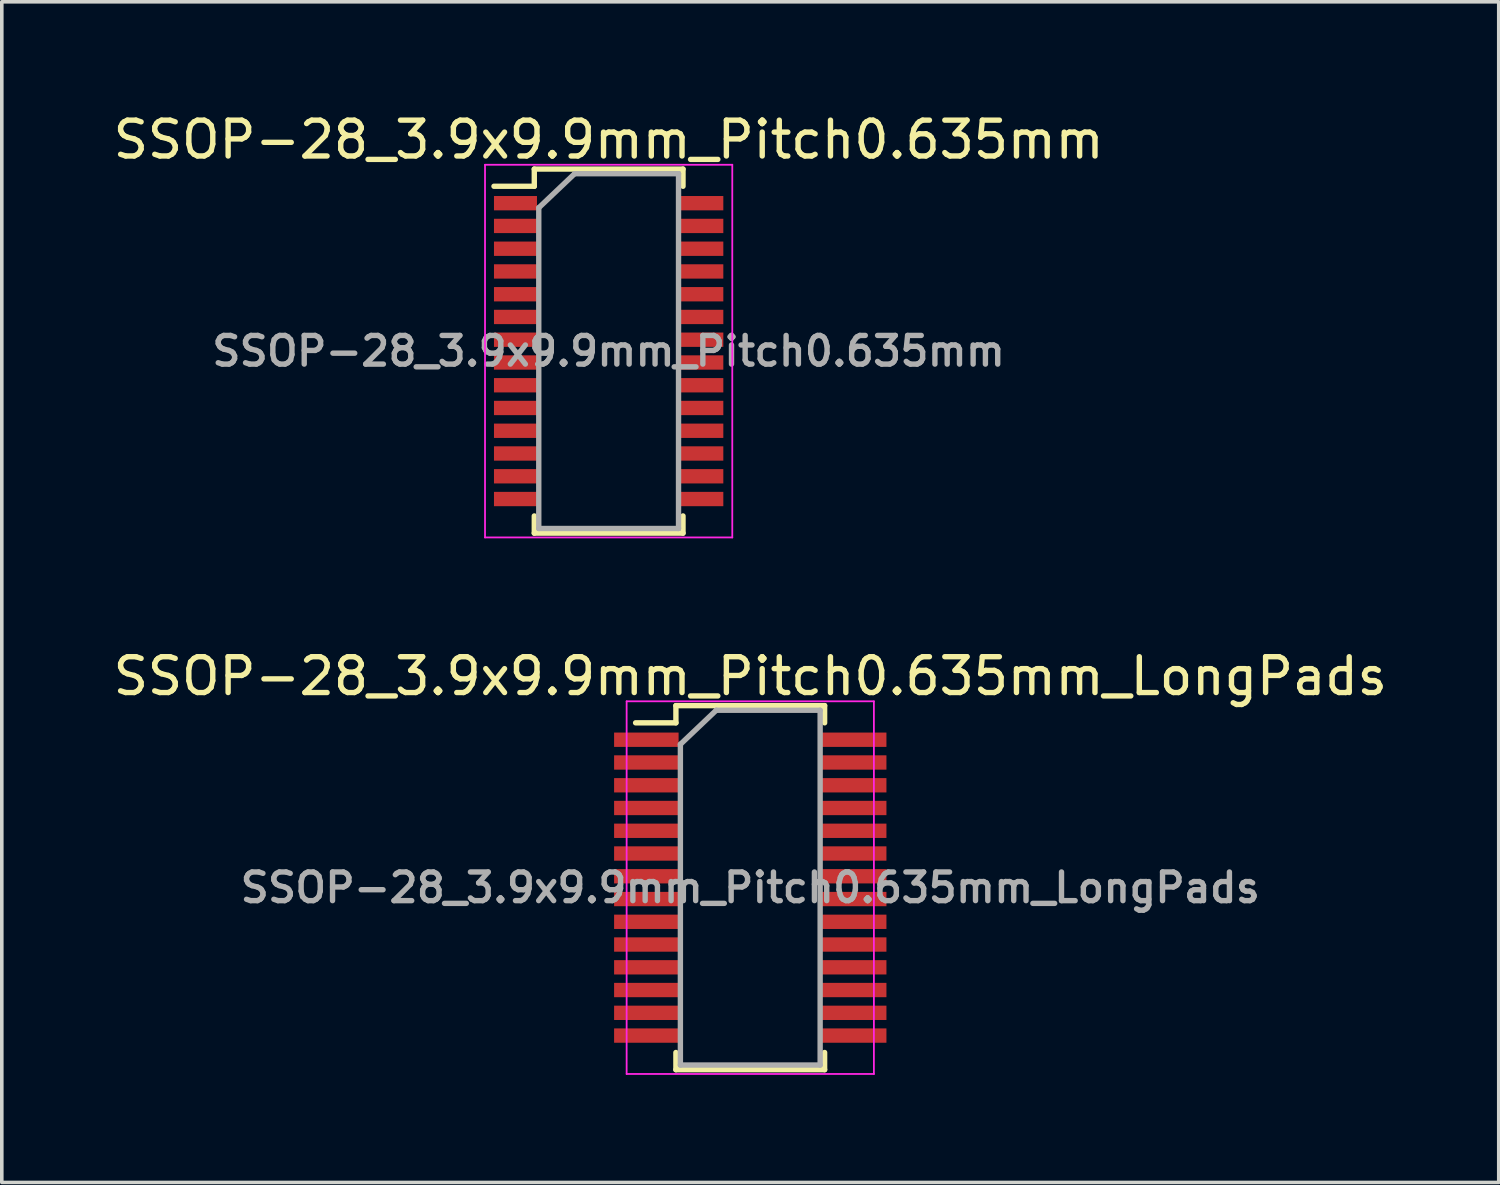
<source format=kicad_pcb>
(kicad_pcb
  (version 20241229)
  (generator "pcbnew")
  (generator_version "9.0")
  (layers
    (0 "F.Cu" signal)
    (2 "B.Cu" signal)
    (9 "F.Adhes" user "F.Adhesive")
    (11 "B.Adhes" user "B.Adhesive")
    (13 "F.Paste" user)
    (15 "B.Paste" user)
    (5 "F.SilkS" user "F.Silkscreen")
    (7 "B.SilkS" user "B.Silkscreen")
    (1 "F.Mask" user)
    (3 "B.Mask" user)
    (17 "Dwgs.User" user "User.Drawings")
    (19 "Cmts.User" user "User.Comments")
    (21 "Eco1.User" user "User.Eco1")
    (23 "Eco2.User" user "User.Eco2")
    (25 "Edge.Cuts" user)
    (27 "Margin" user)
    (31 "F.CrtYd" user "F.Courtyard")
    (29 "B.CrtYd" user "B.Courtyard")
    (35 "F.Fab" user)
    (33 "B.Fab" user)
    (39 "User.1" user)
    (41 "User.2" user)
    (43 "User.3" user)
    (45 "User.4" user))
  (footprint "SSOP-28_3.9x9.9mm_Pitch0.635mm"
    (layer "F.Cu")
    (at 13.935 6.748)
    (property "Reference" "SSOP-28_3.9x9.9mm_Pitch0.635mm" (at 0 -5.9 0) (layer "F.SilkS") (effects (font (size 1 1) (thickness 0.15))))
    (attr smd)
    (fp_line (start -2.075 -5.08) (end -2.075 -4.6) (stroke (width 0.15) (type solid)) (layer "F.SilkS"))
    (fp_line (start -2.075 -5.08) (end 2.075 -5.08) (stroke (width 0.15) (type solid)) (layer "F.SilkS"))
    (fp_line (start -2.075 -4.6) (end -3.2 -4.6) (stroke (width 0.15) (type solid)) (layer "F.SilkS"))
    (fp_line (start -2.075 5.08) (end -2.075 4.6) (stroke (width 0.15) (type solid)) (layer "F.SilkS"))
    (fp_line (start -2.075 5.08) (end 2.075 5.08) (stroke (width 0.15) (type solid)) (layer "F.SilkS"))
    (fp_line (start 2.075 -5.08) (end 2.075 -4.6) (stroke (width 0.15) (type solid)) (layer "F.SilkS"))
    (fp_line (start 2.075 5.08) (end 2.075 4.6) (stroke (width 0.15) (type solid)) (layer "F.SilkS"))
    (fp_line (start -3.45 -5.2) (end -3.45 5.2) (stroke (width 0.05) (type solid)) (layer "F.CrtYd"))
    (fp_line (start -3.45 -5.2) (end 3.45 -5.2) (stroke (width 0.05) (type solid)) (layer "F.CrtYd"))
    (fp_line (start -3.45 5.2) (end 3.45 5.2) (stroke (width 0.05) (type solid)) (layer "F.CrtYd"))
    (fp_line (start 3.45 -5.2) (end 3.45 5.2) (stroke (width 0.05) (type solid)) (layer "F.CrtYd"))
    (fp_line (start -1.95 -4) (end -0.95 -4.95) (stroke (width 0.15) (type solid)) (layer "F.Fab"))
    (fp_line (start -1.95 4.95) (end -1.95 -4) (stroke (width 0.15) (type solid)) (layer "F.Fab"))
    (fp_line (start -0.95 -4.95) (end 1.95 -4.95) (stroke (width 0.15) (type solid)) (layer "F.Fab"))
    (fp_line (start 1.95 -4.95) (end 1.95 4.95) (stroke (width 0.15) (type solid)) (layer "F.Fab"))
    (fp_line (start 1.95 4.95) (end -1.95 4.95) (stroke (width 0.15) (type solid)) (layer "F.Fab"))
    (fp_text user "${REFERENCE}" (at 0 0 0) (layer "F.Fab") (effects (font (size 0.8 0.8) (thickness 0.15))))
    (pad "1" smd rect (at -2.6 -4.128) (size 1.2 0.4) (layers "F.Cu" "F.Mask" "F.Paste"))
    (pad "2" smd rect (at -2.6 -3.493) (size 1.2 0.4) (layers "F.Cu" "F.Mask" "F.Paste"))
    (pad "3" smd rect (at -2.6 -2.857) (size 1.2 0.4) (layers "F.Cu" "F.Mask" "F.Paste"))
    (pad "4" smd rect (at -2.6 -2.223) (size 1.2 0.4) (layers "F.Cu" "F.Mask" "F.Paste"))
    (pad "5" smd rect (at -2.6 -1.587) (size 1.2 0.4) (layers "F.Cu" "F.Mask" "F.Paste"))
    (pad "6" smd rect (at -2.6 -0.953) (size 1.2 0.4) (layers "F.Cu" "F.Mask" "F.Paste"))
    (pad "7" smd rect (at -2.6 -0.318) (size 1.2 0.4) (layers "F.Cu" "F.Mask" "F.Paste"))
    (pad "8" smd rect (at -2.6 0.318) (size 1.2 0.4) (layers "F.Cu" "F.Mask" "F.Paste"))
    (pad "9" smd rect (at -2.6 0.953) (size 1.2 0.4) (layers "F.Cu" "F.Mask" "F.Paste"))
    (pad "10" smd rect (at -2.6 1.587) (size 1.2 0.4) (layers "F.Cu" "F.Mask" "F.Paste"))
    (pad "11" smd rect (at -2.6 2.223) (size 1.2 0.4) (layers "F.Cu" "F.Mask" "F.Paste"))
    (pad "12" smd rect (at -2.6 2.857) (size 1.2 0.4) (layers "F.Cu" "F.Mask" "F.Paste"))
    (pad "13" smd rect (at -2.6 3.493) (size 1.2 0.4) (layers "F.Cu" "F.Mask" "F.Paste"))
    (pad "14" smd rect (at -2.6 4.128) (size 1.2 0.4) (layers "F.Cu" "F.Mask" "F.Paste"))
    (pad "15" smd rect (at 2.6 4.128) (size 1.2 0.4) (layers "F.Cu" "F.Mask" "F.Paste"))
    (pad "16" smd rect (at 2.6 3.493) (size 1.2 0.4) (layers "F.Cu" "F.Mask" "F.Paste"))
    (pad "17" smd rect (at 2.6 2.857) (size 1.2 0.4) (layers "F.Cu" "F.Mask" "F.Paste"))
    (pad "18" smd rect (at 2.6 2.223) (size 1.2 0.4) (layers "F.Cu" "F.Mask" "F.Paste"))
    (pad "19" smd rect (at 2.6 1.587) (size 1.2 0.4) (layers "F.Cu" "F.Mask" "F.Paste"))
    (pad "20" smd rect (at 2.6 0.953) (size 1.2 0.4) (layers "F.Cu" "F.Mask" "F.Paste"))
    (pad "21" smd rect (at 2.6 0.318) (size 1.2 0.4) (layers "F.Cu" "F.Mask" "F.Paste"))
    (pad "22" smd rect (at 2.6 -0.318) (size 1.2 0.4) (layers "F.Cu" "F.Mask" "F.Paste"))
    (pad "23" smd rect (at 2.6 -0.953) (size 1.2 0.4) (layers "F.Cu" "F.Mask" "F.Paste"))
    (pad "24" smd rect (at 2.6 -1.587) (size 1.2 0.4) (layers "F.Cu" "F.Mask" "F.Paste"))
    (pad "25" smd rect (at 2.6 -2.223) (size 1.2 0.4) (layers "F.Cu" "F.Mask" "F.Paste"))
    (pad "26" smd rect (at 2.6 -2.857) (size 1.2 0.4) (layers "F.Cu" "F.Mask" "F.Paste"))
    (pad "27" smd rect (at 2.6 -3.493) (size 1.2 0.4) (layers "F.Cu" "F.Mask" "F.Paste"))
    (pad "28" smd rect (at 2.6 -4.128) (size 1.2 0.4) (layers "F.Cu" "F.Mask" "F.Paste")))
  (footprint "SSOP-28_3.9x9.9mm_Pitch0.635mm_LongPads"
    (layer "F.Cu")
    (at 17.887 21.721)
    (property "Reference" "SSOP-28_3.9x9.9mm_Pitch0.635mm_LongPads" (at 0 -5.9 0) (layer "F.SilkS") (effects (font (size 1 1) (thickness 0.15))))
    (attr smd)
    (fp_line (start -2.075 -5.08) (end -2.075 -4.6) (stroke (width 0.15) (type solid)) (layer "F.SilkS"))
    (fp_line (start -2.075 -5.08) (end 2.075 -5.08) (stroke (width 0.15) (type solid)) (layer "F.SilkS"))
    (fp_line (start -2.075 -4.6) (end -3.2 -4.6) (stroke (width 0.15) (type solid)) (layer "F.SilkS"))
    (fp_line (start -2.075 5.08) (end -2.075 4.6) (stroke (width 0.15) (type solid)) (layer "F.SilkS"))
    (fp_line (start -2.075 5.08) (end 2.075 5.08) (stroke (width 0.15) (type solid)) (layer "F.SilkS"))
    (fp_line (start 2.075 -5.08) (end 2.075 -4.6) (stroke (width 0.15) (type solid)) (layer "F.SilkS"))
    (fp_line (start 2.075 5.08) (end 2.075 4.6) (stroke (width 0.15) (type solid)) (layer "F.SilkS"))
    (fp_line (start -3.45 -5.2) (end -3.45 5.2) (stroke (width 0.05) (type solid)) (layer "F.CrtYd"))
    (fp_line (start -3.45 -5.2) (end 3.45 -5.2) (stroke (width 0.05) (type solid)) (layer "F.CrtYd"))
    (fp_line (start -3.45 5.2) (end 3.45 5.2) (stroke (width 0.05) (type solid)) (layer "F.CrtYd"))
    (fp_line (start 3.45 -5.2) (end 3.45 5.2) (stroke (width 0.05) (type solid)) (layer "F.CrtYd"))
    (fp_line (start -1.95 -4) (end -0.95 -4.95) (stroke (width 0.15) (type solid)) (layer "F.Fab"))
    (fp_line (start -1.95 4.95) (end -1.95 -4) (stroke (width 0.15) (type solid)) (layer "F.Fab"))
    (fp_line (start -0.95 -4.95) (end 1.95 -4.95) (stroke (width 0.15) (type solid)) (layer "F.Fab"))
    (fp_line (start 1.95 -4.95) (end 1.95 4.95) (stroke (width 0.15) (type solid)) (layer "F.Fab"))
    (fp_line (start 1.95 4.95) (end -1.95 4.95) (stroke (width 0.15) (type solid)) (layer "F.Fab"))
    (fp_text user "${REFERENCE}" (at 0 0 0) (layer "F.Fab") (effects (font (size 0.8 0.8) (thickness 0.15))))
    (pad "1" smd rect (at -2.9 -4.128) (size 1.8 0.4) (layers "F.Cu" "F.Mask" "F.Paste"))
    (pad "2" smd rect (at -2.9 -3.493) (size 1.8 0.4) (layers "F.Cu" "F.Mask" "F.Paste"))
    (pad "3" smd rect (at -2.9 -2.857) (size 1.8 0.4) (layers "F.Cu" "F.Mask" "F.Paste"))
    (pad "4" smd rect (at -2.9 -2.223) (size 1.8 0.4) (layers "F.Cu" "F.Mask" "F.Paste"))
    (pad "5" smd rect (at -2.9 -1.587) (size 1.8 0.4) (layers "F.Cu" "F.Mask" "F.Paste"))
    (pad "6" smd rect (at -2.9 -0.953) (size 1.8 0.4) (layers "F.Cu" "F.Mask" "F.Paste"))
    (pad "7" smd rect (at -2.9 -0.318) (size 1.8 0.4) (layers "F.Cu" "F.Mask" "F.Paste"))
    (pad "8" smd rect (at -2.9 0.318) (size 1.8 0.4) (layers "F.Cu" "F.Mask" "F.Paste"))
    (pad "9" smd rect (at -2.9 0.953) (size 1.8 0.4) (layers "F.Cu" "F.Mask" "F.Paste"))
    (pad "10" smd rect (at -2.9 1.587) (size 1.8 0.4) (layers "F.Cu" "F.Mask" "F.Paste"))
    (pad "11" smd rect (at -2.9 2.223) (size 1.8 0.4) (layers "F.Cu" "F.Mask" "F.Paste"))
    (pad "12" smd rect (at -2.9 2.857) (size 1.8 0.4) (layers "F.Cu" "F.Mask" "F.Paste"))
    (pad "13" smd rect (at -2.9 3.493) (size 1.8 0.4) (layers "F.Cu" "F.Mask" "F.Paste"))
    (pad "14" smd rect (at -2.9 4.128) (size 1.8 0.4) (layers "F.Cu" "F.Mask" "F.Paste"))
    (pad "15" smd rect (at 2.9 4.128) (size 1.8 0.4) (layers "F.Cu" "F.Mask" "F.Paste"))
    (pad "16" smd rect (at 2.9 3.493) (size 1.8 0.4) (layers "F.Cu" "F.Mask" "F.Paste"))
    (pad "17" smd rect (at 2.9 2.857) (size 1.8 0.4) (layers "F.Cu" "F.Mask" "F.Paste"))
    (pad "18" smd rect (at 2.9 2.223) (size 1.8 0.4) (layers "F.Cu" "F.Mask" "F.Paste"))
    (pad "19" smd rect (at 2.9 1.587) (size 1.8 0.4) (layers "F.Cu" "F.Mask" "F.Paste"))
    (pad "20" smd rect (at 2.9 0.953) (size 1.8 0.4) (layers "F.Cu" "F.Mask" "F.Paste"))
    (pad "21" smd rect (at 2.9 0.318) (size 1.8 0.4) (layers "F.Cu" "F.Mask" "F.Paste"))
    (pad "22" smd rect (at 2.9 -0.318) (size 1.8 0.4) (layers "F.Cu" "F.Mask" "F.Paste"))
    (pad "23" smd rect (at 2.9 -0.953) (size 1.8 0.4) (layers "F.Cu" "F.Mask" "F.Paste"))
    (pad "24" smd rect (at 2.9 -1.587) (size 1.8 0.4) (layers "F.Cu" "F.Mask" "F.Paste"))
    (pad "25" smd rect (at 2.9 -2.223) (size 1.8 0.4) (layers "F.Cu" "F.Mask" "F.Paste"))
    (pad "26" smd rect (at 2.9 -2.857) (size 1.8 0.4) (layers "F.Cu" "F.Mask" "F.Paste"))
    (pad "27" smd rect (at 2.9 -3.493) (size 1.8 0.4) (layers "F.Cu" "F.Mask" "F.Paste"))
    (pad "28" smd rect (at 2.9 -4.128) (size 1.8 0.4) (layers "F.Cu" "F.Mask" "F.Paste")))
  (gr_rect
    (start -3 -3)
    (end 38.774 29.947)
    (stroke (width 0.1) (type default))
    (fill no)
    (layer "Edge.Cuts")))
</source>
